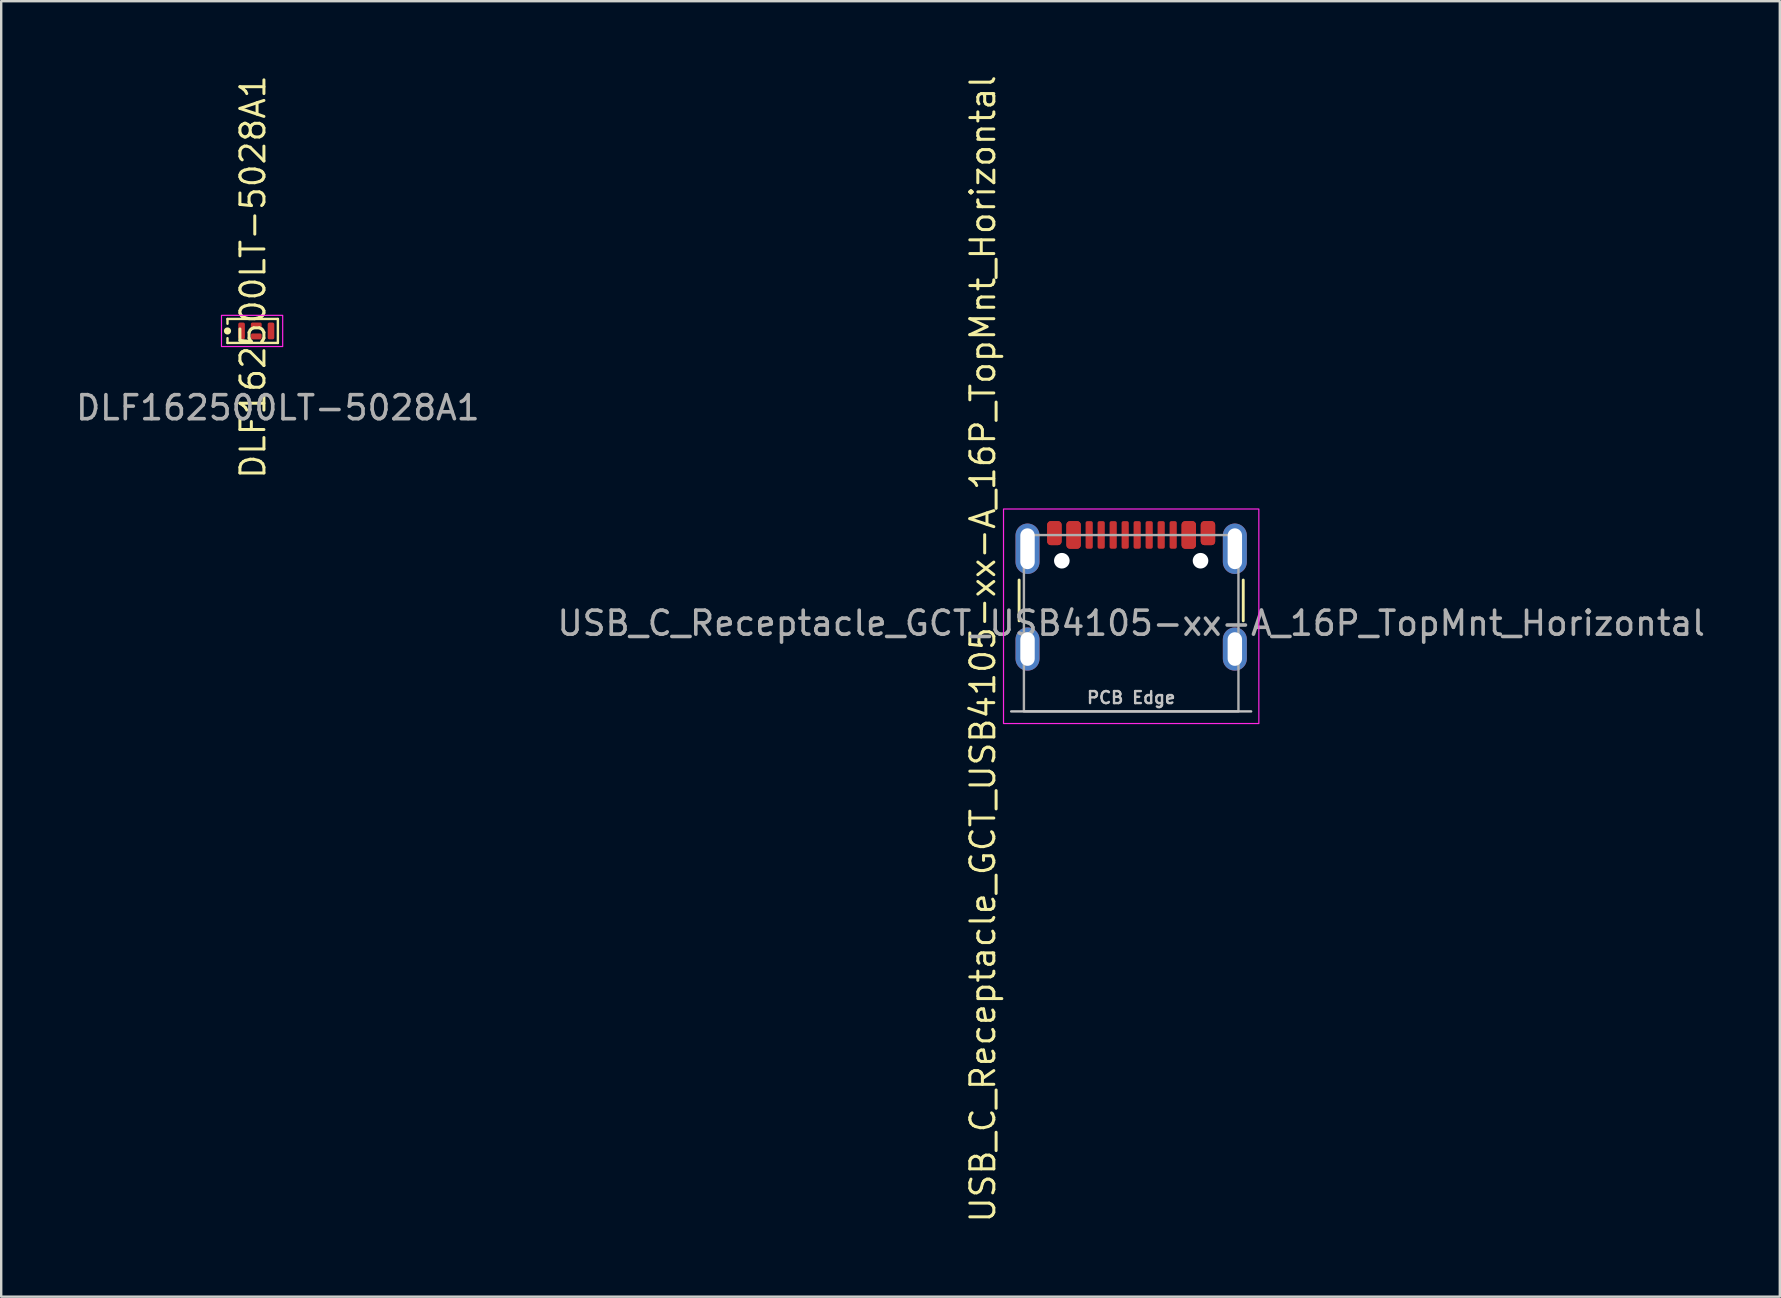
<source format=kicad_pcb>
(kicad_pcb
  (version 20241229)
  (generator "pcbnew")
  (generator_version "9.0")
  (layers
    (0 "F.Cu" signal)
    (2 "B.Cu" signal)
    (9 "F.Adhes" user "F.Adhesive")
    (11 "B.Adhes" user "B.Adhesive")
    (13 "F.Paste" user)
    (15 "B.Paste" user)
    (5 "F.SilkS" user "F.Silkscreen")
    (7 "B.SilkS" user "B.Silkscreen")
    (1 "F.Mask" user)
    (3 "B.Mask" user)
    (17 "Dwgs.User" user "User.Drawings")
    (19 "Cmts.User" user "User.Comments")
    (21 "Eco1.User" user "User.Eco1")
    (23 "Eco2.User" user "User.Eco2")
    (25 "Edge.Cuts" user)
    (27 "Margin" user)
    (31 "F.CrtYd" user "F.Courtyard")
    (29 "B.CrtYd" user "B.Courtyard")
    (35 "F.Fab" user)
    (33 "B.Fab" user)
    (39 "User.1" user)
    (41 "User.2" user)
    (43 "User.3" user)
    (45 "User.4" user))
  (footprint "USB_C_Receptacle_GCT_USB4105-xx-A_16P_TopMnt_Horizontal"
    (layer "F.Cu")
    (at 44.089 22.922)
    (property "Reference" "USB_C_Receptacle_GCT_USB4105-xx-A_16P_TopMnt_Horizontal" (at -6.18 1.07 90) (unlocked yes) (layer "F.SilkS") (effects (font (size 1 1) (thickness 0.125))))
    (attr smd)
    (fp_line (start -4.67 -0.1) (end -4.67 -1.8) (stroke (width 0.12) (type solid)) (layer "F.SilkS"))
    (fp_line (start 4.67 -0.1) (end 4.67 -1.8) (stroke (width 0.12) (type solid)) (layer "F.SilkS"))
    (fp_line (start 5 3.675) (end -5 3.675) (stroke (width 0.1) (type solid)) (layer "Dwgs.User"))
    (fp_rect (start -5.32 -4.76) (end 5.32 4.18) (stroke (width 0.05) (type solid)) (fill no) (layer "F.CrtYd"))
    (fp_rect (start -4.47 -3.675) (end 4.47 3.675) (stroke (width 0.1) (type solid)) (fill no) (layer "F.Fab"))
    (fp_text user "PCB Edge" (at 0 3.1 0) (unlocked yes) (layer "Dwgs.User") (effects (font (size 0.5 0.5) (thickness 0.1))))
    (fp_text user "${REFERENCE}" (at 0 0 0) (unlocked yes) (layer "F.Fab") (effects (font (size 1 1) (thickness 0.15))))
    (pad "" np_thru_hole circle (at -2.89 -2.605) (size 0.65 0.65) (drill 0.65) (layers "*.Cu" "*.Mask"))
    (pad "" np_thru_hole circle (at 2.89 -2.605) (size 0.65 0.65) (drill 0.65) (layers "*.Cu" "*.Mask"))
    (pad "A1" smd roundrect (at -3.2 -3.755) (size 0.6 1) (layers "F.Cu" "F.Mask" "F.Paste") (roundrect_rratio 0.25))
    (pad "A4" smd roundrect (at -2.4 -3.68) (size 0.6 1.15) (layers "F.Cu" "F.Mask" "F.Paste") (roundrect_rratio 0.25))
    (pad "A5" smd roundrect (at -1.25 -3.68) (size 0.3 1.15) (layers "F.Cu" "F.Mask" "F.Paste") (roundrect_rratio 0.25))
    (pad "A6" smd roundrect (at -0.25 -3.68) (size 0.3 1.15) (layers "F.Cu" "F.Mask" "F.Paste") (roundrect_rratio 0.25))
    (pad "A7" smd roundrect (at 0.25 -3.68) (size 0.3 1.15) (layers "F.Cu" "F.Mask" "F.Paste") (roundrect_rratio 0.25))
    (pad "A8" smd roundrect (at 1.25 -3.68) (size 0.3 1.15) (layers "F.Cu" "F.Mask" "F.Paste") (roundrect_rratio 0.25))
    (pad "A9" smd roundrect (at 2.4 -3.68) (size 0.6 1.15) (layers "F.Cu" "F.Mask" "F.Paste") (roundrect_rratio 0.25))
    (pad "A12" smd roundrect (at 3.2 -3.755) (size 0.6 1) (layers "F.Cu" "F.Mask" "F.Paste") (roundrect_rratio 0.25))
    (pad "B1" smd roundrect (at 3.2 -3.755) (size 0.6 1) (layers "F.Cu" "F.Mask" "F.Paste") (roundrect_rratio 0.25))
    (pad "B4" smd roundrect (at 2.4 -3.68) (size 0.6 1.15) (layers "F.Cu" "F.Mask" "F.Paste") (roundrect_rratio 0.25))
    (pad "B5" smd roundrect (at 1.75 -3.68) (size 0.3 1.15) (layers "F.Cu" "F.Mask" "F.Paste") (roundrect_rratio 0.25))
    (pad "B6" smd roundrect (at 0.75 -3.68) (size 0.3 1.15) (layers "F.Cu" "F.Mask" "F.Paste") (roundrect_rratio 0.25))
    (pad "B7" smd roundrect (at -0.75 -3.68) (size 0.3 1.15) (layers "F.Cu" "F.Mask" "F.Paste") (roundrect_rratio 0.25))
    (pad "B8" smd roundrect (at -1.75 -3.68) (size 0.3 1.15) (layers "F.Cu" "F.Mask" "F.Paste") (roundrect_rratio 0.25))
    (pad "B9" smd roundrect (at -2.4 -3.68) (size 0.6 1.15) (layers "F.Cu" "F.Mask" "F.Paste") (roundrect_rratio 0.25))
    (pad "B12" smd roundrect (at -3.2 -3.755) (size 0.6 1) (layers "F.Cu" "F.Mask" "F.Paste") (roundrect_rratio 0.25))
    (pad "S1" thru_hole oval (at -4.32 -3.105) (size 1 2.1) (drill oval 0.6 1.7) (property pad_prop_heatsink) (layers "*.Cu" "*.Mask" "F.Paste"))
    (pad "S1" thru_hole oval (at -4.32 1.075) (size 1 1.8) (drill oval 0.6 1.4) (property pad_prop_heatsink) (layers "*.Cu" "*.Mask" "F.Paste"))
    (pad "S1" thru_hole oval (at 4.32 -3.105) (size 1 2.1) (drill oval 0.6 1.7) (property pad_prop_heatsink) (layers "*.Cu" "*.Mask" "F.Paste"))
    (pad "S1" thru_hole oval (at 4.32 1.075) (size 1 1.8) (drill oval 0.6 1.4) (property pad_prop_heatsink) (layers "*.Cu" "*.Mask" "F.Paste")))
  (footprint "DLF162500LT-5028A1"
    (layer "F.Cu")
    (at 7.63 10.742)
    (property "Reference" "DLF162500LT-5028A1" (at -0.138 -2.25 90) (unlocked yes) (layer "F.SilkS") (effects (font (size 1 1) (thickness 0.125))))
    (attr smd)
    (fp_line (start -1.2 -0.5) (end 0.9 -0.5) (stroke (width 0.1) (type default)) (layer "F.SilkS"))
    (fp_line (start -1.2 -0.3) (end -1.2 -0.5) (stroke (width 0.1) (type default)) (layer "F.SilkS"))
    (fp_line (start -1.2 0.5) (end -1.2 0.3) (stroke (width 0.1) (type default)) (layer "F.SilkS"))
    (fp_line (start 0.9 -0.5) (end 0.9 0.5) (stroke (width 0.1) (type default)) (layer "F.SilkS"))
    (fp_line (start 0.9 0.5) (end -1.2 0.5) (stroke (width 0.1) (type default)) (layer "F.SilkS"))
    (fp_circle (center -1.2 0) (end -1.1 0) (stroke (width 0.1) (type solid)) (fill yes) (layer "F.SilkS"))
    (fp_rect (start -1.45 -0.65) (end 1.1 0.65) (stroke (width 0.05) (type default)) (fill no) (layer "F.CrtYd"))
    (fp_text user "${REFERENCE}" (at 0.9 3.2 0) (unlocked yes) (layer "F.Fab") (effects (font (size 1 1) (thickness 0.15))))
    (pad "1" smd roundrect (at -0.613 0) (size 0.275 0.7) (layers "F.Cu" "F.Mask" "F.Paste") (roundrect_rratio 0.25))
    (pad "2" smd roundrect (at 0 0.228) (size 0.45 0.245) (layers "F.Cu" "F.Mask" "F.Paste") (roundrect_rratio 0.25))
    (pad "3" smd roundrect (at 0.613 0) (size 0.275 0.7) (layers "F.Cu" "F.Mask" "F.Paste") (roundrect_rratio 0.25))
    (pad "4" smd roundrect (at 0 -0.228) (size 0.45 0.245) (layers "F.Cu" "F.Mask" "F.Paste") (roundrect_rratio 0.25)))
  (gr_rect
    (start -3 -3)
    (end 71.119 50.985)
    (stroke (width 0.1) (type default))
    (fill no)
    (layer "Edge.Cuts")))
</source>
